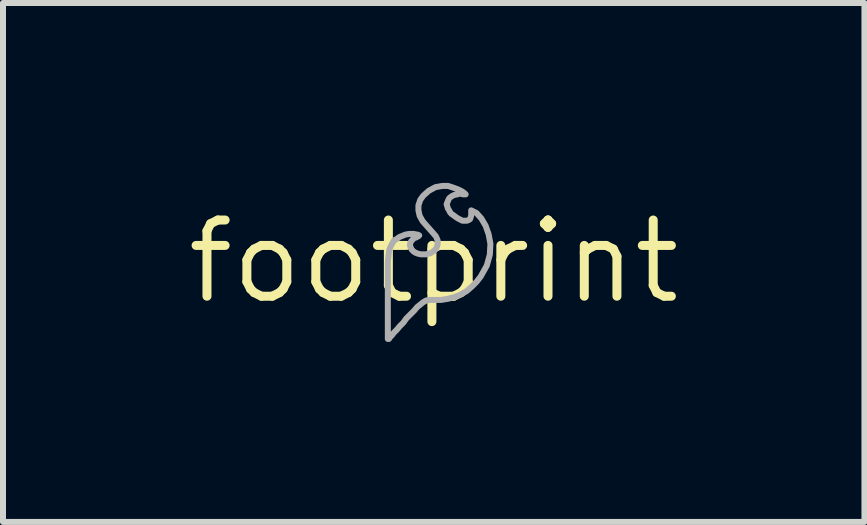
<source format=kicad_pcb>
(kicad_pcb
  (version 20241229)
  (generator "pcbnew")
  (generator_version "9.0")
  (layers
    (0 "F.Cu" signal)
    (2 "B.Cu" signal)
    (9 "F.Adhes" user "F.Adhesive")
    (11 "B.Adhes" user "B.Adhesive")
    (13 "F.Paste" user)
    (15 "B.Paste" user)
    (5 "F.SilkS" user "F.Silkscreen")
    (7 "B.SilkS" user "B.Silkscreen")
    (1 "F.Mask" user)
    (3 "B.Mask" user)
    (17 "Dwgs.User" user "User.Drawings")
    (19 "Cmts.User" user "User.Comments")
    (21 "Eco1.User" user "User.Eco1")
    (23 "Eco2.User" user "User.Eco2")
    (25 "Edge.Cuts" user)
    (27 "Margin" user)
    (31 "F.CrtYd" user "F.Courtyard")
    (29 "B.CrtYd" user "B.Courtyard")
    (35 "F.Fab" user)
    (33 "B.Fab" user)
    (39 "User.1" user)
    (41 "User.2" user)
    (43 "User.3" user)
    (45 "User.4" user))
  (footprint "footprint"
    (layer "F.Cu")
    (at 4.18 1.308)
    (property "Reference" "footprint" (at 0 0 0) (layer "F.SilkS") (effects (font (size 1.27 1.27) (thickness 0.15))))
    (fp_poly (pts (xy 0.332 -1.228) (xy 0.412 -1.198) (xy 0.473 -1.167) (xy 0.513 -1.137) (xy 0.532 -1.118) (xy 0.489 -1.118) (xy 0.459 -1.128) (xy 0.431 -1.128) (xy 0.391 -1.118) (xy 0.342 -1.108) (xy 0.303 -1.089) (xy 0.264 -1.06) (xy 0.245 -1.031) (xy 0.235 -1.001) (xy 0.225 -0.981) (xy 0.215 -0.953) (xy 0.225 -0.924) (xy 0.235 -0.885) (xy 0.254 -0.856) (xy 0.274 -0.816) (xy 0.303 -0.787) (xy 0.333 -0.767) (xy 0.373 -0.737) (xy 0.403 -0.717) (xy 0.481 -0.678) (xy 0.549 -0.678) (xy 0.578 -0.688) (xy 0.606 -0.706) (xy 0.625 -0.764) (xy 0.625 -0.851) (xy 0.713 -0.807) (xy 0.794 -0.716) (xy 0.865 -0.595) (xy 0.915 -0.454) (xy 0.945 -0.293) (xy 0.935 -0.112) (xy 0.885 0.069) (xy 0.784 0.25) (xy 0.714 0.34) (xy 0.633 0.421) (xy 0.553 0.491) (xy 0.452 0.551) (xy 0.352 0.592) (xy 0.241 0.622) (xy 0.12 0.642) (xy -0.07 0.642) (xy -0.128 0.652) (xy -0.177 0.681) (xy -0.276 0.761) (xy -0.326 0.82) (xy -0.456 0.95) (xy -0.506 1.02) (xy -0.566 1.08) (xy -0.616 1.14) (xy -0.666 1.19) (xy -0.696 1.23) (xy -0.726 1.26) (xy -0.747 1.292) (xy -0.765 1.292) (xy -0.765 0.007) (xy -0.745 -0.174) (xy -0.725 -0.235) (xy -0.694 -0.295) (xy -0.664 -0.347) (xy -0.613 -0.377) (xy -0.572 -0.407) (xy -0.471 -0.448) (xy -0.41 -0.458) (xy -0.329 -0.458) (xy -0.289 -0.448) (xy -0.269 -0.448) (xy -0.242 -0.434) (xy -0.257 -0.419) (xy -0.298 -0.398) (xy -0.327 -0.389) (xy -0.366 -0.35) (xy -0.385 -0.321) (xy -0.395 -0.292) (xy -0.395 -0.264) (xy -0.385 -0.235) (xy -0.366 -0.196) (xy -0.337 -0.167) (xy -0.308 -0.147) (xy -0.259 -0.128) (xy -0.21 -0.118) (xy -0.131 -0.118) (xy -0.052 -0.138) (xy 0.007 -0.177) (xy 0.046 -0.225) (xy 0.065 -0.284) (xy 0.065 -0.352) (xy 0.036 -0.42) (xy -0.034 -0.5) (xy -0.114 -0.59) (xy -0.184 -0.67) (xy -0.235 -0.761) (xy -0.255 -0.852) (xy -0.255 -0.934) (xy -0.225 -1.025) (xy -0.174 -1.096) (xy -0.083 -1.177) (xy 0.028 -1.238) (xy 0.14 -1.258) (xy 0.241 -1.258)) (stroke (width 0) (type solid)) (fill yes) (layer "F.Mask"))
    (fp_poly (pts (xy 0.332 -1.228) (xy 0.412 -1.198) (xy 0.473 -1.167) (xy 0.513 -1.137) (xy 0.532 -1.118) (xy 0.489 -1.118) (xy 0.459 -1.128) (xy 0.431 -1.128) (xy 0.391 -1.118) (xy 0.342 -1.108) (xy 0.303 -1.089) (xy 0.264 -1.06) (xy 0.245 -1.031) (xy 0.235 -1.001) (xy 0.225 -0.981) (xy 0.215 -0.953) (xy 0.225 -0.924) (xy 0.235 -0.885) (xy 0.254 -0.856) (xy 0.274 -0.816) (xy 0.303 -0.787) (xy 0.333 -0.767) (xy 0.373 -0.737) (xy 0.403 -0.717) (xy 0.481 -0.678) (xy 0.549 -0.678) (xy 0.578 -0.688) (xy 0.606 -0.706) (xy 0.625 -0.764) (xy 0.625 -0.851) (xy 0.713 -0.807) (xy 0.794 -0.716) (xy 0.865 -0.595) (xy 0.915 -0.454) (xy 0.945 -0.293) (xy 0.935 -0.112) (xy 0.885 0.069) (xy 0.784 0.25) (xy 0.714 0.34) (xy 0.633 0.421) (xy 0.553 0.491) (xy 0.452 0.551) (xy 0.352 0.592) (xy 0.241 0.622) (xy 0.12 0.642) (xy -0.07 0.642) (xy -0.128 0.652) (xy -0.177 0.681) (xy -0.276 0.761) (xy -0.326 0.82) (xy -0.456 0.95) (xy -0.506 1.02) (xy -0.566 1.08) (xy -0.616 1.14) (xy -0.666 1.19) (xy -0.696 1.23) (xy -0.726 1.26) (xy -0.747 1.292) (xy -0.765 1.292) (xy -0.765 0.007) (xy -0.745 -0.174) (xy -0.725 -0.235) (xy -0.694 -0.295) (xy -0.664 -0.347) (xy -0.613 -0.377) (xy -0.572 -0.407) (xy -0.471 -0.448) (xy -0.41 -0.458) (xy -0.329 -0.458) (xy -0.289 -0.448) (xy -0.269 -0.448) (xy -0.242 -0.434) (xy -0.257 -0.419) (xy -0.298 -0.398) (xy -0.327 -0.389) (xy -0.366 -0.35) (xy -0.385 -0.321) (xy -0.395 -0.292) (xy -0.395 -0.264) (xy -0.385 -0.235) (xy -0.366 -0.196) (xy -0.337 -0.167) (xy -0.308 -0.147) (xy -0.259 -0.128) (xy -0.21 -0.118) (xy -0.131 -0.118) (xy -0.052 -0.138) (xy 0.007 -0.177) (xy 0.046 -0.225) (xy 0.065 -0.284) (xy 0.065 -0.352) (xy 0.036 -0.42) (xy -0.034 -0.5) (xy -0.114 -0.59) (xy -0.184 -0.67) (xy -0.235 -0.761) (xy -0.255 -0.852) (xy -0.255 -0.934) (xy -0.225 -1.025) (xy -0.174 -1.096) (xy -0.083 -1.177) (xy 0.028 -1.238) (xy 0.14 -1.258) (xy 0.241 -1.258)) (stroke (width 0.1) (type solid)) (fill no) (layer "F.Fab")))
  (gr_rect
    (start -3 -3)
    (end 11.36 5.65)
    (stroke (width 0.1) (type default))
    (fill no)
    (layer "Edge.Cuts")))
</source>
